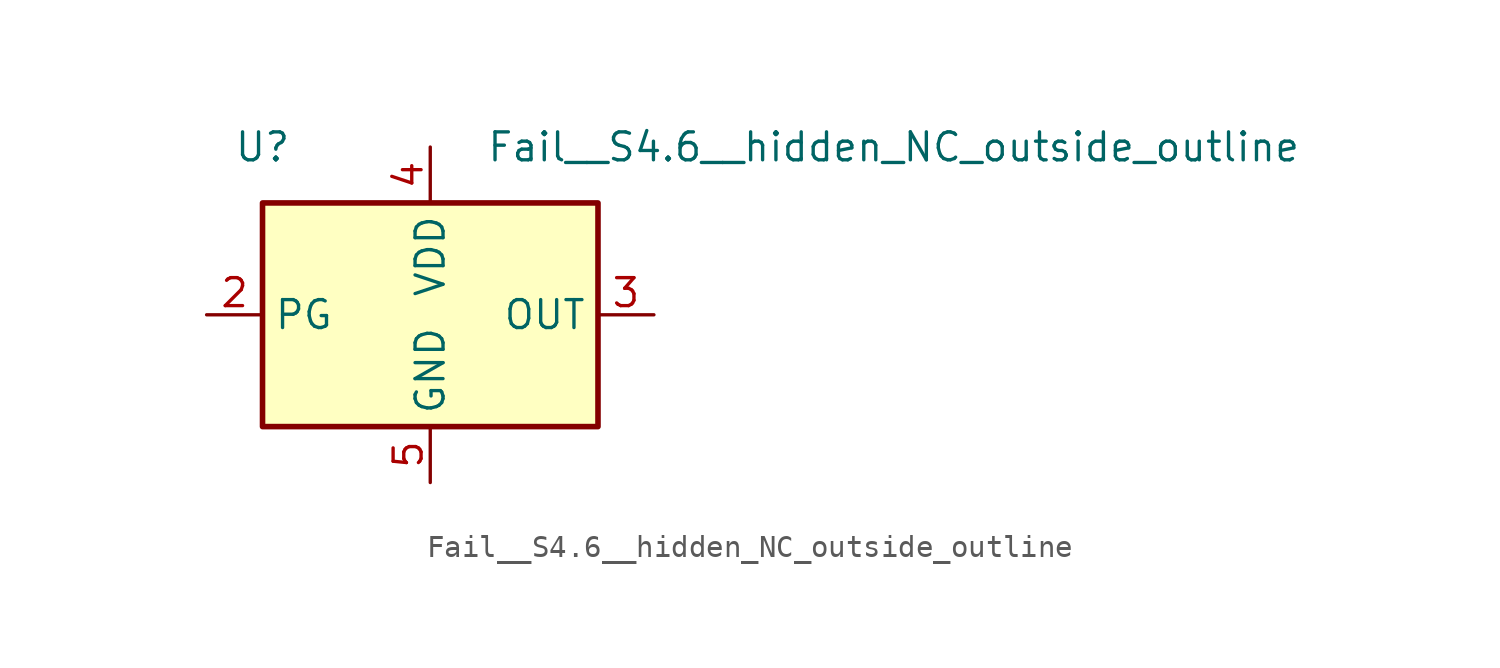
<source format=kicad_sym>
(kicad_symbol_lib
  (version 20211014)
  (generator kicad_symbol_editor)
  (symbol "Fail__S4.6__hidden_NC_outside_outline"
    (property "Reference" "U"
      (at -7.62 7.62 0)
      (effects (font (size 1.27 1.27))))
    (property "Value" "Fail__S4.6__hidden_NC_outside_outline"
      (at 2.54 7.62 0)
      (effects (font (size 1.27 1.27)) (justify left)))
    (symbol "Fail__S4.6__hidden_NC_outside_outline_0_1"
      (rectangle (start -7.62 5.08) (end 7.62 -5.08) (stroke (width 0.254) (type default) (color 0 0 0 0)) (fill (type background))))
    (symbol "Fail__S4.6__hidden_NC_outside_outline_1_1"
      (pin no_connect line (at -10.16 -2.54 0) (length 2.54) hide (name "NC" (effects (font (size 1.27 1.27)))) (number "1" (effects (font (size 1.27 1.27)))))
      (pin passive line (at -10.16 0 0) (length 2.54) (name "PG" (effects (font (size 1.27 1.27)))) (number "2" (effects (font (size 1.27 1.27)))))
      (pin output line (at 10.16 0 180) (length 2.54) (name "OUT" (effects (font (size 1.27 1.27)))) (number "3" (effects (font (size 1.27 1.27)))))
      (pin power_in line (at 0 7.62 270) (length 2.54) (name "VDD" (effects (font (size 1.27 1.27)))) (number "4" (effects (font (size 1.27 1.27)))))
      (pin power_in line (at 0 -7.62 90) (length 2.54) (name "GND" (effects (font (size 1.27 1.27)))) (number "5" (effects (font (size 1.27 1.27))))))))
</source>
